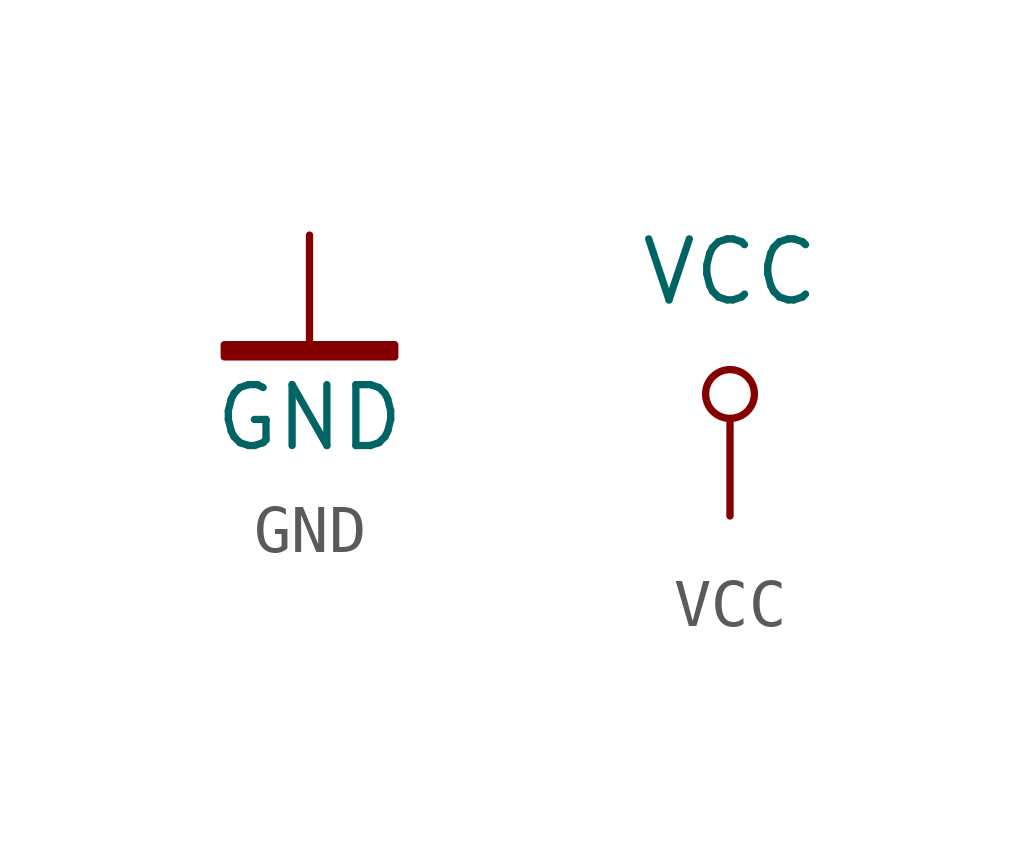
<source format=kicad_sym>
(kicad_symbol_lib
  (version 20231120)
  (generator "kicad_symbol_editor")
  (generator_version "8.0")
  (symbol "GND"
    (power)
    (pin_numbers hide)
    (pin_names hide)
    (property "Reference" "#PWR"
      (at -0.254 -5.334 0)
      (effects (font (size 1.27 1.27)) (hide yes)))
    (property "Value" "GND"
      (at 0 -3.81 0)
      (do_not_autoplace)
      (effects (font (size 1.27 1.27))))
    (symbol "GND_0_1"
      (polyline (pts (xy 0 -2.286) (xy 0 0)) (stroke (width 0) (type default)) (fill (type none))))
    (symbol "GND_1_1"
      (rectangle (start -1.778 -2.286) (end 1.778 -2.54) (stroke (width 0) (type default)) (fill (type outline)))
      (pin power_in line (at 0 0 270) (length 0) hide (name "GND" (effects (font (size 1.27 1.27)))) (number "1" (effects (font (size 1.27 1.27)))))))
  (symbol "VCC"
    (power)
    (pin_numbers hide)
    (pin_names hide)
    (property "Reference" "#PWR"
      (at 0 7.62 0)
      (effects (font (size 1.27 1.27)) (hide yes)))
    (property "Value" "VCC"
      (at 0 5.08 0)
      (effects (font (size 1.27 1.27))))
    (symbol "VCC_0_1"
      (polyline (pts (xy 0 0) (xy 0 2.032)) (stroke (width 0) (type default)) (fill (type none)))
      (circle (center 0 2.54) (radius 0.508) (stroke (width 0) (type default)) (fill (type none))))
    (symbol "VCC_1_1"
      (pin power_in line (at 0 0 90) (length 0) hide (name "VCC" (effects (font (size 1.27 1.27)))) (number "1" (effects (font (size 1.27 1.27))))))))
</source>
